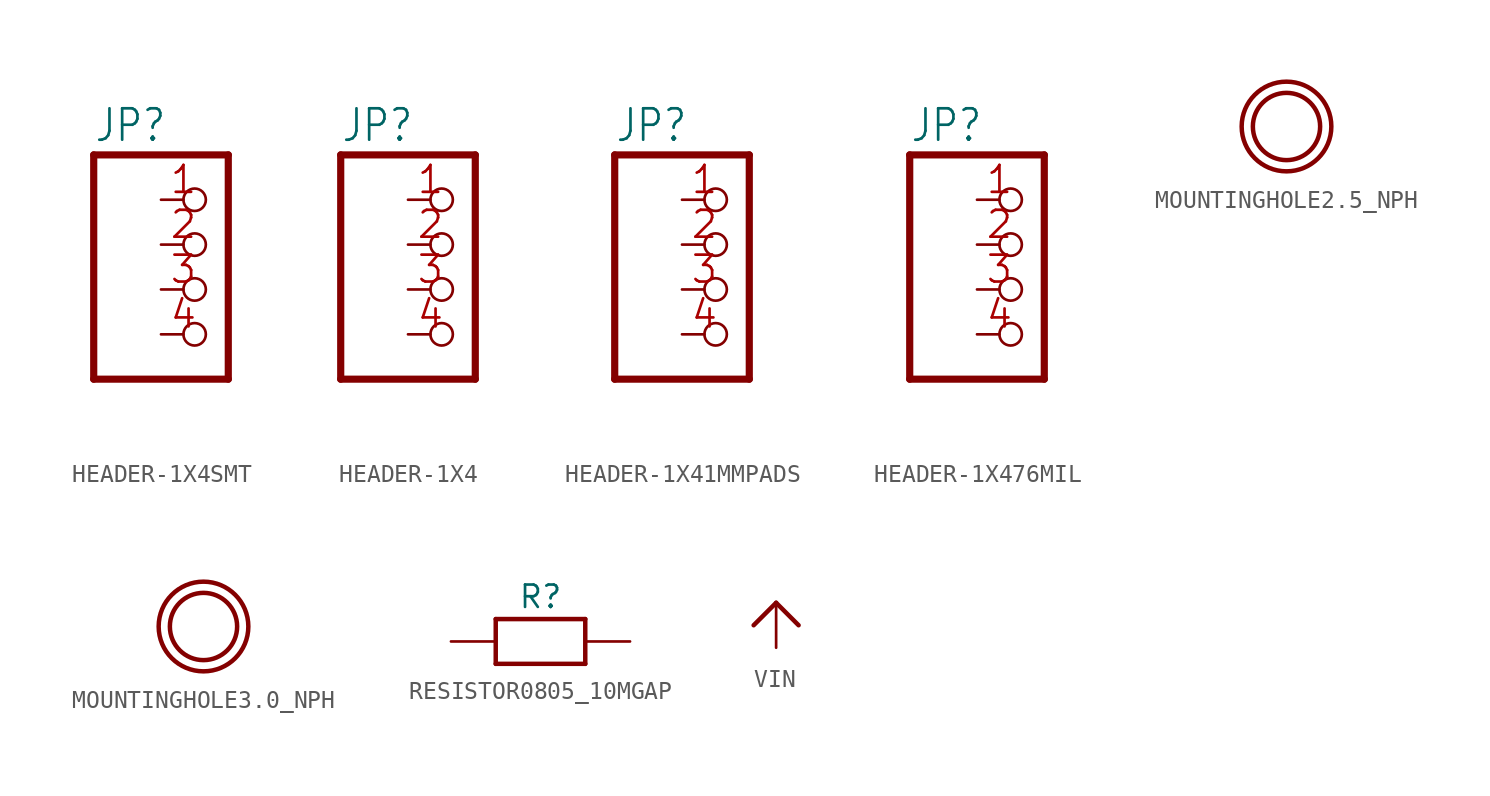
<source format=kicad_sym>
(kicad_symbol_lib
  (version 20241209)
  (generator "kicad_symbol_editor")
  (generator_version "9.0")
  (symbol "HEADER-1X4SMT"
    (property "Reference" "JP"
      (at -6.35 8.255 0)
      (effects (font (size 1.778 1.511)) (justify left bottom)))
    (property "Value" ""
      (at -6.35 -7.62 0)
      (effects (font (size 1.778 1.511)) (justify left bottom)))
    (property "ki_locked" ""
      (at 0 0 0)
      (effects (font (size 1.27 1.27))))
    (symbol "HEADER-1X4SMT_1_0"
      (polyline (pts (xy -6.35 7.62) (xy -6.35 -5.08)) (stroke (width 0.406) (type solid)) (fill (type none)))
      (polyline (pts (xy -6.35 -5.08) (xy 1.27 -5.08)) (stroke (width 0.406) (type solid)) (fill (type none)))
      (polyline (pts (xy 1.27 7.62) (xy -6.35 7.62)) (stroke (width 0.406) (type solid)) (fill (type none)))
      (polyline (pts (xy 1.27 -5.08) (xy 1.27 7.62)) (stroke (width 0.406) (type solid)) (fill (type none)))
      (pin passive inverted (at -2.54 5.08 0) (length 2.54) (name "1" (effects (font (size 0 0)))) (number "1" (effects (font (size 1.524 1.524)))))
      (pin passive inverted (at -2.54 2.54 0) (length 2.54) (name "2" (effects (font (size 0 0)))) (number "2" (effects (font (size 1.524 1.524)))))
      (pin passive inverted (at -2.54 0 0) (length 2.54) (name "3" (effects (font (size 0 0)))) (number "3" (effects (font (size 1.524 1.524)))))
      (pin passive inverted (at -2.54 -2.54 0) (length 2.54) (name "4" (effects (font (size 0 0)))) (number "4" (effects (font (size 1.524 1.524)))))))
  (symbol "HEADER-1X4"
    (property "Reference" "JP"
      (at -6.35 8.255 0)
      (effects (font (size 1.778 1.511)) (justify left bottom)))
    (property "Value" ""
      (at -6.35 -7.62 0)
      (effects (font (size 1.778 1.511)) (justify left bottom)))
    (property "ki_locked" ""
      (at 0 0 0)
      (effects (font (size 1.27 1.27))))
    (symbol "HEADER-1X4_1_0"
      (polyline (pts (xy -6.35 7.62) (xy -6.35 -5.08)) (stroke (width 0.406) (type solid)) (fill (type none)))
      (polyline (pts (xy -6.35 -5.08) (xy 1.27 -5.08)) (stroke (width 0.406) (type solid)) (fill (type none)))
      (polyline (pts (xy 1.27 7.62) (xy -6.35 7.62)) (stroke (width 0.406) (type solid)) (fill (type none)))
      (polyline (pts (xy 1.27 -5.08) (xy 1.27 7.62)) (stroke (width 0.406) (type solid)) (fill (type none)))
      (pin passive inverted (at -2.54 5.08 0) (length 2.54) (name "1" (effects (font (size 0 0)))) (number "1" (effects (font (size 1.524 1.524)))))
      (pin passive inverted (at -2.54 2.54 0) (length 2.54) (name "2" (effects (font (size 0 0)))) (number "2" (effects (font (size 1.524 1.524)))))
      (pin passive inverted (at -2.54 0 0) (length 2.54) (name "3" (effects (font (size 0 0)))) (number "3" (effects (font (size 1.524 1.524)))))
      (pin passive inverted (at -2.54 -2.54 0) (length 2.54) (name "4" (effects (font (size 0 0)))) (number "4" (effects (font (size 1.524 1.524)))))))
  (symbol "HEADER-1X41MMPADS"
    (property "Reference" "JP"
      (at -6.35 8.255 0)
      (effects (font (size 1.778 1.511)) (justify left bottom)))
    (property "Value" ""
      (at -6.35 -7.62 0)
      (effects (font (size 1.778 1.511)) (justify left bottom)))
    (property "ki_locked" ""
      (at 0 0 0)
      (effects (font (size 1.27 1.27))))
    (symbol "HEADER-1X41MMPADS_1_0"
      (polyline (pts (xy -6.35 7.62) (xy -6.35 -5.08)) (stroke (width 0.406) (type solid)) (fill (type none)))
      (polyline (pts (xy -6.35 -5.08) (xy 1.27 -5.08)) (stroke (width 0.406) (type solid)) (fill (type none)))
      (polyline (pts (xy 1.27 7.62) (xy -6.35 7.62)) (stroke (width 0.406) (type solid)) (fill (type none)))
      (polyline (pts (xy 1.27 -5.08) (xy 1.27 7.62)) (stroke (width 0.406) (type solid)) (fill (type none)))
      (pin passive inverted (at -2.54 5.08 0) (length 2.54) (name "1" (effects (font (size 0 0)))) (number "1" (effects (font (size 1.524 1.524)))))
      (pin passive inverted (at -2.54 2.54 0) (length 2.54) (name "2" (effects (font (size 0 0)))) (number "2" (effects (font (size 1.524 1.524)))))
      (pin passive inverted (at -2.54 0 0) (length 2.54) (name "3" (effects (font (size 0 0)))) (number "3" (effects (font (size 1.524 1.524)))))
      (pin passive inverted (at -2.54 -2.54 0) (length 2.54) (name "4" (effects (font (size 0 0)))) (number "4" (effects (font (size 1.524 1.524)))))))
  (symbol "HEADER-1X476MIL"
    (property "Reference" "JP"
      (at -6.35 8.255 0)
      (effects (font (size 1.778 1.511)) (justify left bottom)))
    (property "Value" ""
      (at -6.35 -7.62 0)
      (effects (font (size 1.778 1.511)) (justify left bottom)))
    (property "ki_locked" ""
      (at 0 0 0)
      (effects (font (size 1.27 1.27))))
    (symbol "HEADER-1X476MIL_1_0"
      (polyline (pts (xy -6.35 7.62) (xy -6.35 -5.08)) (stroke (width 0.406) (type solid)) (fill (type none)))
      (polyline (pts (xy -6.35 -5.08) (xy 1.27 -5.08)) (stroke (width 0.406) (type solid)) (fill (type none)))
      (polyline (pts (xy 1.27 7.62) (xy -6.35 7.62)) (stroke (width 0.406) (type solid)) (fill (type none)))
      (polyline (pts (xy 1.27 -5.08) (xy 1.27 7.62)) (stroke (width 0.406) (type solid)) (fill (type none)))
      (pin passive inverted (at -2.54 5.08 0) (length 2.54) (name "1" (effects (font (size 0 0)))) (number "1" (effects (font (size 1.524 1.524)))))
      (pin passive inverted (at -2.54 2.54 0) (length 2.54) (name "2" (effects (font (size 0 0)))) (number "2" (effects (font (size 1.524 1.524)))))
      (pin passive inverted (at -2.54 0 0) (length 2.54) (name "3" (effects (font (size 0 0)))) (number "3" (effects (font (size 1.524 1.524)))))
      (pin passive inverted (at -2.54 -2.54 0) (length 2.54) (name "4" (effects (font (size 0 0)))) (number "4" (effects (font (size 1.524 1.524)))))))
  (symbol "MOUNTINGHOLE2.5_NPH"
    (property "Reference" ""
      (at 0 0 0)
      (effects (font (size 1.27 1.27)) (hide yes)))
    (property "ki_locked" ""
      (at 0 0 0)
      (effects (font (size 1.27 1.27))))
    (symbol "MOUNTINGHOLE2.5_NPH_1_0"
      (circle (center 0 0) (radius 1.905) (stroke (width 0.254) (type solid)) (fill (type none)))
      (circle (center 0 0) (radius 2.54) (stroke (width 0.254) (type solid)) (fill (type none)))))
  (symbol "MOUNTINGHOLE3.0_NPH"
    (property "Reference" ""
      (at 0 0 0)
      (effects (font (size 1.27 1.27)) (hide yes)))
    (property "ki_locked" ""
      (at 0 0 0)
      (effects (font (size 1.27 1.27))))
    (symbol "MOUNTINGHOLE3.0_NPH_1_0"
      (circle (center 0 0) (radius 1.905) (stroke (width 0.254) (type solid)) (fill (type none)))
      (circle (center 0 0) (radius 2.54) (stroke (width 0.254) (type solid)) (fill (type none)))))
  (symbol "RESISTOR0805_10MGAP"
    (property "Reference" "R"
      (at 0 2.54 0)
      (effects (font (size 1.27 1.27))))
    (property "Value" ""
      (at 0 0 0)
      (effects (font (size 1.016 1.016) (thickness 0.203) (bold yes))))
    (property "ki_locked" ""
      (at 0 0 0)
      (effects (font (size 1.27 1.27))))
    (symbol "RESISTOR0805_10MGAP_1_0"
      (polyline (pts (xy -2.54 1.27) (xy 2.54 1.27)) (stroke (width 0.254) (type solid)) (fill (type none)))
      (polyline (pts (xy -2.54 -1.27) (xy -2.54 1.27)) (stroke (width 0.254) (type solid)) (fill (type none)))
      (polyline (pts (xy 2.54 1.27) (xy 2.54 -1.27)) (stroke (width 0.254) (type solid)) (fill (type none)))
      (polyline (pts (xy 2.54 -1.27) (xy -2.54 -1.27)) (stroke (width 0.254) (type solid)) (fill (type none)))
      (pin passive line (at -5.08 0 0) (length 2.54) (name "1" (effects (font (size 0 0)))) (number "1" (effects (font (size 0 0)))))
      (pin passive line (at 5.08 0 180) (length 2.54) (name "2" (effects (font (size 0 0)))) (number "2" (effects (font (size 0 0)))))))
  (symbol "VIN"
    (power)
    (property "Reference" ""
      (at 0 0 0)
      (effects (font (size 1.27 1.27)) (hide yes)))
    (property "Value" ""
      (at -1.524 1.016 0)
      (effects (font (size 1.27 1.079)) (justify left bottom)))
    (property "ki_locked" ""
      (at 0 0 0)
      (effects (font (size 1.27 1.27))))
    (symbol "VIN_1_0"
      (polyline (pts (xy -1.27 -1.27) (xy 0 0)) (stroke (width 0.254) (type solid)) (fill (type none)))
      (polyline (pts (xy 0 0) (xy 1.27 -1.27)) (stroke (width 0.254) (type solid)) (fill (type none)))
      (pin power_in line (at 0 -2.54 90) (length 2.54) (name "VIN" (effects (font (size 0 0)))) (number "1" (effects (font (size 0 0))))))))
</source>
